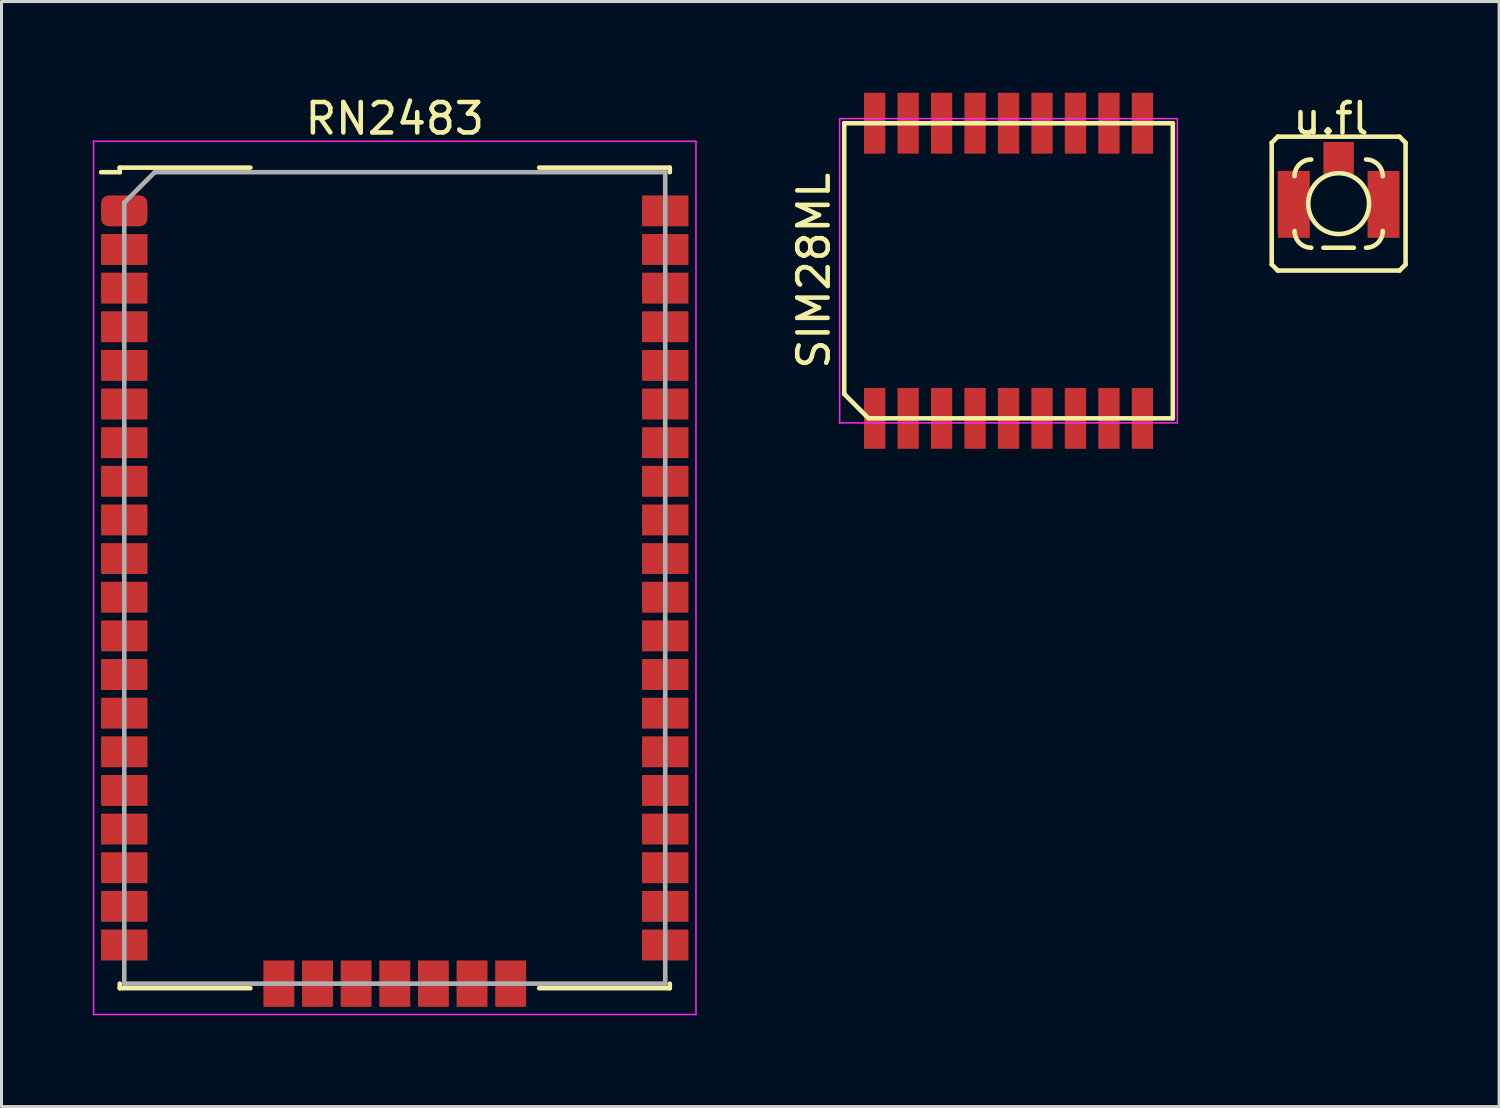
<source format=kicad_pcb>
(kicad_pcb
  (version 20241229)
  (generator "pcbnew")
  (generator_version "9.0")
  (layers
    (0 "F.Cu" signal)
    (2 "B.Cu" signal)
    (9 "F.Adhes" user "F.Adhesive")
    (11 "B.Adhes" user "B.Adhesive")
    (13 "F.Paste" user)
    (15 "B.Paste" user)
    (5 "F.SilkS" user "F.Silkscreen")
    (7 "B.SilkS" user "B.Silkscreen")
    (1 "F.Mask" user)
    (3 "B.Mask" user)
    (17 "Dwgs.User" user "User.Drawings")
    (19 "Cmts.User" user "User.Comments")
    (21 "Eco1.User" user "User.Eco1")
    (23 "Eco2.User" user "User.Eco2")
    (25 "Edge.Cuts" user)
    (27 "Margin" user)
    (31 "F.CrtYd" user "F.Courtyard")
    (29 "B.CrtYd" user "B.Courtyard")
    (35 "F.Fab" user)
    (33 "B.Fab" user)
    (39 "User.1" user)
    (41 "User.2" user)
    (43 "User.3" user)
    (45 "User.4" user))
  (footprint "RN2483"
    (layer "F.Cu")
    (at 9.925 15.945)
    (property "Reference" "RN2483" (at 0 -15.097 0) (layer "F.SilkS") (effects (font (size 1 1) (thickness 0.15))))
    (attr smd)
    (fp_line (start -9.04 -13.485) (end -9.04 -13.335) (stroke (width 0.15) (type solid)) (layer "F.SilkS"))
    (fp_line (start -9.04 -13.335) (end -9.652 -13.335) (stroke (width 0.15) (type solid)) (layer "F.SilkS"))
    (fp_line (start -9.04 13.485) (end -9.04 13.335) (stroke (width 0.15) (type solid)) (layer "F.SilkS"))
    (fp_line (start -9.04 13.485) (end -4.745 13.485) (stroke (width 0.15) (type solid)) (layer "F.SilkS"))
    (fp_line (start -4.745 -13.485) (end -9.04 -13.485) (stroke (width 0.15) (type solid)) (layer "F.SilkS"))
    (fp_line (start 4.745 -13.485) (end 9.04 -13.485) (stroke (width 0.15) (type solid)) (layer "F.SilkS"))
    (fp_line (start 9.04 -13.485) (end 9.04 -13.335) (stroke (width 0.15) (type solid)) (layer "F.SilkS"))
    (fp_line (start 9.04 13.485) (end 4.745 13.485) (stroke (width 0.15) (type solid)) (layer "F.SilkS"))
    (fp_line (start 9.04 13.485) (end 9.04 13.335) (stroke (width 0.15) (type solid)) (layer "F.SilkS"))
    (fp_line (start -9.9 -14.35) (end 9.9 -14.35) (stroke (width 0.05) (type solid)) (layer "F.CrtYd"))
    (fp_line (start -9.9 14.35) (end -9.9 -14.35) (stroke (width 0.05) (type solid)) (layer "F.CrtYd"))
    (fp_line (start 9.9 -14.35) (end 9.9 14.35) (stroke (width 0.05) (type solid)) (layer "F.CrtYd"))
    (fp_line (start 9.9 14.35) (end -9.9 14.35) (stroke (width 0.05) (type solid)) (layer "F.CrtYd"))
    (fp_line (start -8.89 -12.335) (end -8.89 13.335) (stroke (width 0.15) (type solid)) (layer "F.Fab"))
    (fp_line (start -8.89 13.335) (end 8.89 13.335) (stroke (width 0.15) (type solid)) (layer "F.Fab"))
    (fp_line (start -7.89 -13.335) (end -8.89 -12.335) (stroke (width 0.15) (type solid)) (layer "F.Fab"))
    (fp_line (start 8.89 -13.335) (end -7.89 -13.335) (stroke (width 0.15) (type solid)) (layer "F.Fab"))
    (fp_line (start 8.89 13.335) (end 8.89 -13.335) (stroke (width 0.15) (type solid)) (layer "F.Fab"))
    (pad "1" smd roundrect (at -8.89 -12.065 90) (size 1.016 1.524) (layers "F.Cu" "F.Mask" "F.Paste") (roundrect_rratio 0.25))
    (pad "2" smd rect (at -8.89 -10.795 90) (size 1.016 1.524) (layers "F.Cu" "F.Mask" "F.Paste"))
    (pad "3" smd rect (at -8.89 -9.525 90) (size 1.016 1.524) (layers "F.Cu" "F.Mask" "F.Paste"))
    (pad "4" smd rect (at -8.89 -8.255 90) (size 1.016 1.524) (layers "F.Cu" "F.Mask" "F.Paste"))
    (pad "5" smd rect (at -8.89 -6.985 90) (size 1.016 1.524) (layers "F.Cu" "F.Mask" "F.Paste"))
    (pad "6" smd rect (at -8.89 -5.715 90) (size 1.016 1.524) (layers "F.Cu" "F.Mask" "F.Paste"))
    (pad "7" smd rect (at -8.89 -4.445 90) (size 1.016 1.524) (layers "F.Cu" "F.Mask" "F.Paste"))
    (pad "8" smd rect (at -8.89 -3.175 90) (size 1.016 1.524) (layers "F.Cu" "F.Mask" "F.Paste"))
    (pad "9" smd rect (at -8.89 -1.905 90) (size 1.016 1.524) (layers "F.Cu" "F.Mask" "F.Paste"))
    (pad "10" smd rect (at -8.89 -0.635 90) (size 1.016 1.524) (layers "F.Cu" "F.Mask" "F.Paste"))
    (pad "11" smd rect (at -8.89 0.635 90) (size 1.016 1.524) (layers "F.Cu" "F.Mask" "F.Paste"))
    (pad "12" smd rect (at -8.89 1.905 90) (size 1.016 1.524) (layers "F.Cu" "F.Mask" "F.Paste"))
    (pad "13" smd rect (at -8.89 3.175 90) (size 1.016 1.524) (layers "F.Cu" "F.Mask" "F.Paste"))
    (pad "14" smd rect (at -8.89 4.445 90) (size 1.016 1.524) (layers "F.Cu" "F.Mask" "F.Paste"))
    (pad "15" smd rect (at -8.89 5.715 90) (size 1.016 1.524) (layers "F.Cu" "F.Mask" "F.Paste"))
    (pad "16" smd rect (at -8.89 6.985 90) (size 1.016 1.524) (layers "F.Cu" "F.Mask" "F.Paste"))
    (pad "17" smd rect (at -8.89 8.255 90) (size 1.016 1.524) (layers "F.Cu" "F.Mask" "F.Paste"))
    (pad "18" smd rect (at -8.89 9.525 90) (size 1.016 1.524) (layers "F.Cu" "F.Mask" "F.Paste"))
    (pad "19" smd rect (at -8.89 10.795 90) (size 1.016 1.524) (layers "F.Cu" "F.Mask" "F.Paste"))
    (pad "20" smd rect (at -8.89 12.065 90) (size 1.016 1.524) (layers "F.Cu" "F.Mask" "F.Paste"))
    (pad "21" smd rect (at -3.81 13.335) (size 1.016 1.524) (layers "F.Cu" "F.Mask" "F.Paste"))
    (pad "22" smd rect (at -2.54 13.335) (size 1.016 1.524) (layers "F.Cu" "F.Mask" "F.Paste"))
    (pad "23" smd rect (at -1.27 13.335) (size 1.016 1.524) (layers "F.Cu" "F.Mask" "F.Paste"))
    (pad "24" smd rect (at 0 13.335) (size 1.016 1.524) (layers "F.Cu" "F.Mask" "F.Paste"))
    (pad "25" smd rect (at 1.27 13.335) (size 1.016 1.524) (layers "F.Cu" "F.Mask" "F.Paste"))
    (pad "26" smd rect (at 2.54 13.335) (size 1.016 1.524) (layers "F.Cu" "F.Mask" "F.Paste"))
    (pad "27" smd rect (at 3.81 13.335) (size 1.016 1.524) (layers "F.Cu" "F.Mask" "F.Paste"))
    (pad "28" smd rect (at 8.89 12.065 90) (size 1.016 1.524) (layers "F.Cu" "F.Mask" "F.Paste"))
    (pad "29" smd rect (at 8.89 10.795 90) (size 1.016 1.524) (layers "F.Cu" "F.Mask" "F.Paste"))
    (pad "30" smd rect (at 8.89 9.525 90) (size 1.016 1.524) (layers "F.Cu" "F.Mask" "F.Paste"))
    (pad "31" smd rect (at 8.89 8.255 90) (size 1.016 1.524) (layers "F.Cu" "F.Mask" "F.Paste"))
    (pad "32" smd rect (at 8.89 6.985 90) (size 1.016 1.524) (layers "F.Cu" "F.Mask" "F.Paste"))
    (pad "33" smd rect (at 8.89 5.715 90) (size 1.016 1.524) (layers "F.Cu" "F.Mask" "F.Paste"))
    (pad "34" smd rect (at 8.89 4.445 90) (size 1.016 1.524) (layers "F.Cu" "F.Mask" "F.Paste"))
    (pad "35" smd rect (at 8.89 3.175 90) (size 1.016 1.524) (layers "F.Cu" "F.Mask" "F.Paste"))
    (pad "36" smd rect (at 8.89 1.905 90) (size 1.016 1.524) (layers "F.Cu" "F.Mask" "F.Paste"))
    (pad "37" smd rect (at 8.89 0.635 90) (size 1.016 1.524) (layers "F.Cu" "F.Mask" "F.Paste"))
    (pad "38" smd rect (at 8.89 -0.635 90) (size 1.016 1.524) (layers "F.Cu" "F.Mask" "F.Paste"))
    (pad "39" smd rect (at 8.89 -1.905 90) (size 1.016 1.524) (layers "F.Cu" "F.Mask" "F.Paste"))
    (pad "40" smd rect (at 8.89 -3.175 90) (size 1.016 1.524) (layers "F.Cu" "F.Mask" "F.Paste"))
    (pad "41" smd rect (at 8.89 -4.445 90) (size 1.016 1.524) (layers "F.Cu" "F.Mask" "F.Paste"))
    (pad "42" smd rect (at 8.89 -5.715 90) (size 1.016 1.524) (layers "F.Cu" "F.Mask" "F.Paste"))
    (pad "43" smd rect (at 8.89 -6.985 90) (size 1.016 1.524) (layers "F.Cu" "F.Mask" "F.Paste"))
    (pad "44" smd rect (at 8.89 -8.255 90) (size 1.016 1.524) (layers "F.Cu" "F.Mask" "F.Paste"))
    (pad "45" smd rect (at 8.89 -9.525 90) (size 1.016 1.524) (layers "F.Cu" "F.Mask" "F.Paste"))
    (pad "46" smd rect (at 8.89 -10.795 90) (size 1.016 1.524) (layers "F.Cu" "F.Mask" "F.Paste"))
    (pad "47" smd rect (at 8.89 -12.065 90) (size 1.016 1.524) (layers "F.Cu" "F.Mask" "F.Paste")))
  (footprint "u.fl"
    (layer "F.Cu")
    (at 40.948 3.642)
    (property "Reference" "u.fl" (at -0.254 -2.794 0) (layer "F.SilkS") (effects (font (size 1 1) (thickness 0.15))))
    (attr smd)
    (fp_line (start -2.2 -2) (end -2 -2.2) (stroke (width 0.15) (type solid)) (layer "F.SilkS"))
    (fp_line (start -2.2 2) (end -2.2 -2) (stroke (width 0.15) (type solid)) (layer "F.SilkS"))
    (fp_line (start -2.2 2) (end -2 2.2) (stroke (width 0.15) (type solid)) (layer "F.SilkS"))
    (fp_line (start -2 -2.2) (end 2 -2.2) (stroke (width 0.15) (type solid)) (layer "F.SilkS"))
    (fp_line (start -0.5 1.45) (end 0.5 1.45) (stroke (width 0.15) (type solid)) (layer "F.SilkS"))
    (fp_line (start 2 -2.2) (end 2.2 -2) (stroke (width 0.15) (type solid)) (layer "F.SilkS"))
    (fp_line (start 2 2.2) (end -2 2.2) (stroke (width 0.15) (type solid)) (layer "F.SilkS"))
    (fp_line (start 2.2 2) (end 2 2.2) (stroke (width 0.15) (type solid)) (layer "F.SilkS"))
    (fp_line (start 2.2 2) (end 2.2 -2) (stroke (width 0.15) (type solid)) (layer "F.SilkS"))
    (fp_arc (start -1.45 -0.9) (mid -1.288909 -1.288909) (end -0.9 -1.45) (stroke (width 0.15) (type solid)) (layer "F.SilkS"))
    (fp_arc (start -0.9 1.45) (mid -1.288909 1.288909) (end -1.45 0.9) (stroke (width 0.15) (type solid)) (layer "F.SilkS"))
    (fp_arc (start 0.9 -1.45) (mid 1.288909 -1.288909) (end 1.45 -0.9) (stroke (width 0.15) (type solid)) (layer "F.SilkS"))
    (fp_arc (start 1.45 0.9) (mid 1.288909 1.288909) (end 0.9 1.45) (stroke (width 0.15) (type solid)) (layer "F.SilkS"))
    (fp_circle (center 0 0) (end 1 0) (stroke (width 0.15) (type solid)) (fill no) (layer "F.SilkS"))
    (pad "1" smd rect (at 0 -1.5) (size 1 1.05) (layers "F.Cu" "F.Mask" "F.Paste"))
    (pad "2" smd rect (at -1.475 0.025) (size 1.05 2.2) (layers "F.Cu" "F.Mask" "F.Paste"))
    (pad "2" smd rect (at 1.475 0.025) (size 1.05 2.2) (layers "F.Cu" "F.Mask" "F.Paste")))
  (footprint "SIM28ML"
    (layer "F.Cu")
    (at 30.098 5.85)
    (property "Reference" "SIM28ML" (at -6.4 0 90) (layer "F.SilkS") (effects (font (size 1 1) (thickness 0.15))))
    (attr smd)
    (fp_line (start -5.4 -4.85) (end 5.4 -4.85) (stroke (width 0.15) (type solid)) (layer "F.SilkS"))
    (fp_line (start -5.4 4.05) (end -5.4 -4.85) (stroke (width 0.15) (type solid)) (layer "F.SilkS"))
    (fp_line (start -4.6 4.85) (end -5.4 4.05) (stroke (width 0.15) (type solid)) (layer "F.SilkS"))
    (fp_line (start 5.4 -4.85) (end 5.4 4.85) (stroke (width 0.15) (type solid)) (layer "F.SilkS"))
    (fp_line (start 5.4 4.85) (end -4.6 4.85) (stroke (width 0.15) (type solid)) (layer "F.SilkS"))
    (fp_line (start -5.55 -5) (end 5.55 -5) (stroke (width 0.05) (type solid)) (layer "F.CrtYd"))
    (fp_line (start -5.55 5) (end -5.55 -5) (stroke (width 0.05) (type solid)) (layer "F.CrtYd"))
    (fp_line (start 5.55 -5) (end 5.55 5) (stroke (width 0.05) (type solid)) (layer "F.CrtYd"))
    (fp_line (start 5.55 5) (end -5.55 5) (stroke (width 0.05) (type solid)) (layer "F.CrtYd"))
    (pad "1" smd rect (at -4.4 4.85) (size 0.7 2) (layers "F.Cu" "F.Mask" "F.Paste"))
    (pad "2" smd rect (at -3.3 4.85) (size 0.7 2) (layers "F.Cu" "F.Mask" "F.Paste"))
    (pad "3" smd rect (at -2.2 4.85) (size 0.7 2) (layers "F.Cu" "F.Mask" "F.Paste"))
    (pad "4" smd rect (at -1.1 4.85) (size 0.7 2) (layers "F.Cu" "F.Mask" "F.Paste"))
    (pad "5" smd rect (at 0 4.85) (size 0.7 2) (layers "F.Cu" "F.Mask" "F.Paste"))
    (pad "6" smd rect (at 1.1 4.85) (size 0.7 2) (layers "F.Cu" "F.Mask" "F.Paste"))
    (pad "7" smd rect (at 2.2 4.85) (size 0.7 2) (layers "F.Cu" "F.Mask" "F.Paste"))
    (pad "8" smd rect (at 3.3 4.85) (size 0.7 2) (layers "F.Cu" "F.Mask" "F.Paste"))
    (pad "9" smd rect (at 4.4 4.85) (size 0.7 2) (layers "F.Cu" "F.Mask" "F.Paste"))
    (pad "10" smd rect (at 4.4 -4.85) (size 0.7 2) (layers "F.Cu" "F.Mask" "F.Paste"))
    (pad "11" smd rect (at 3.3 -4.85) (size 0.7 2) (layers "F.Cu" "F.Mask" "F.Paste"))
    (pad "12" smd rect (at 2.2 -4.85) (size 0.7 2) (layers "F.Cu" "F.Mask" "F.Paste"))
    (pad "13" smd rect (at 1.1 -4.85) (size 0.7 2) (layers "F.Cu" "F.Mask" "F.Paste"))
    (pad "14" smd rect (at 0 -4.85) (size 0.7 2) (layers "F.Cu" "F.Mask" "F.Paste"))
    (pad "15" smd rect (at -1.1 -4.85) (size 0.7 2) (layers "F.Cu" "F.Mask" "F.Paste"))
    (pad "16" smd rect (at -2.2 -4.85) (size 0.7 2) (layers "F.Cu" "F.Mask" "F.Paste"))
    (pad "17" smd rect (at -3.3 -4.85) (size 0.7 2) (layers "F.Cu" "F.Mask" "F.Paste"))
    (pad "18" smd rect (at -4.4 -4.85) (size 0.7 2) (layers "F.Cu" "F.Mask" "F.Paste")))
  (gr_rect
    (start -3 -3)
    (end 46.223 33.32)
    (stroke (width 0.1) (type default))
    (fill no)
    (layer "Edge.Cuts")))
</source>
